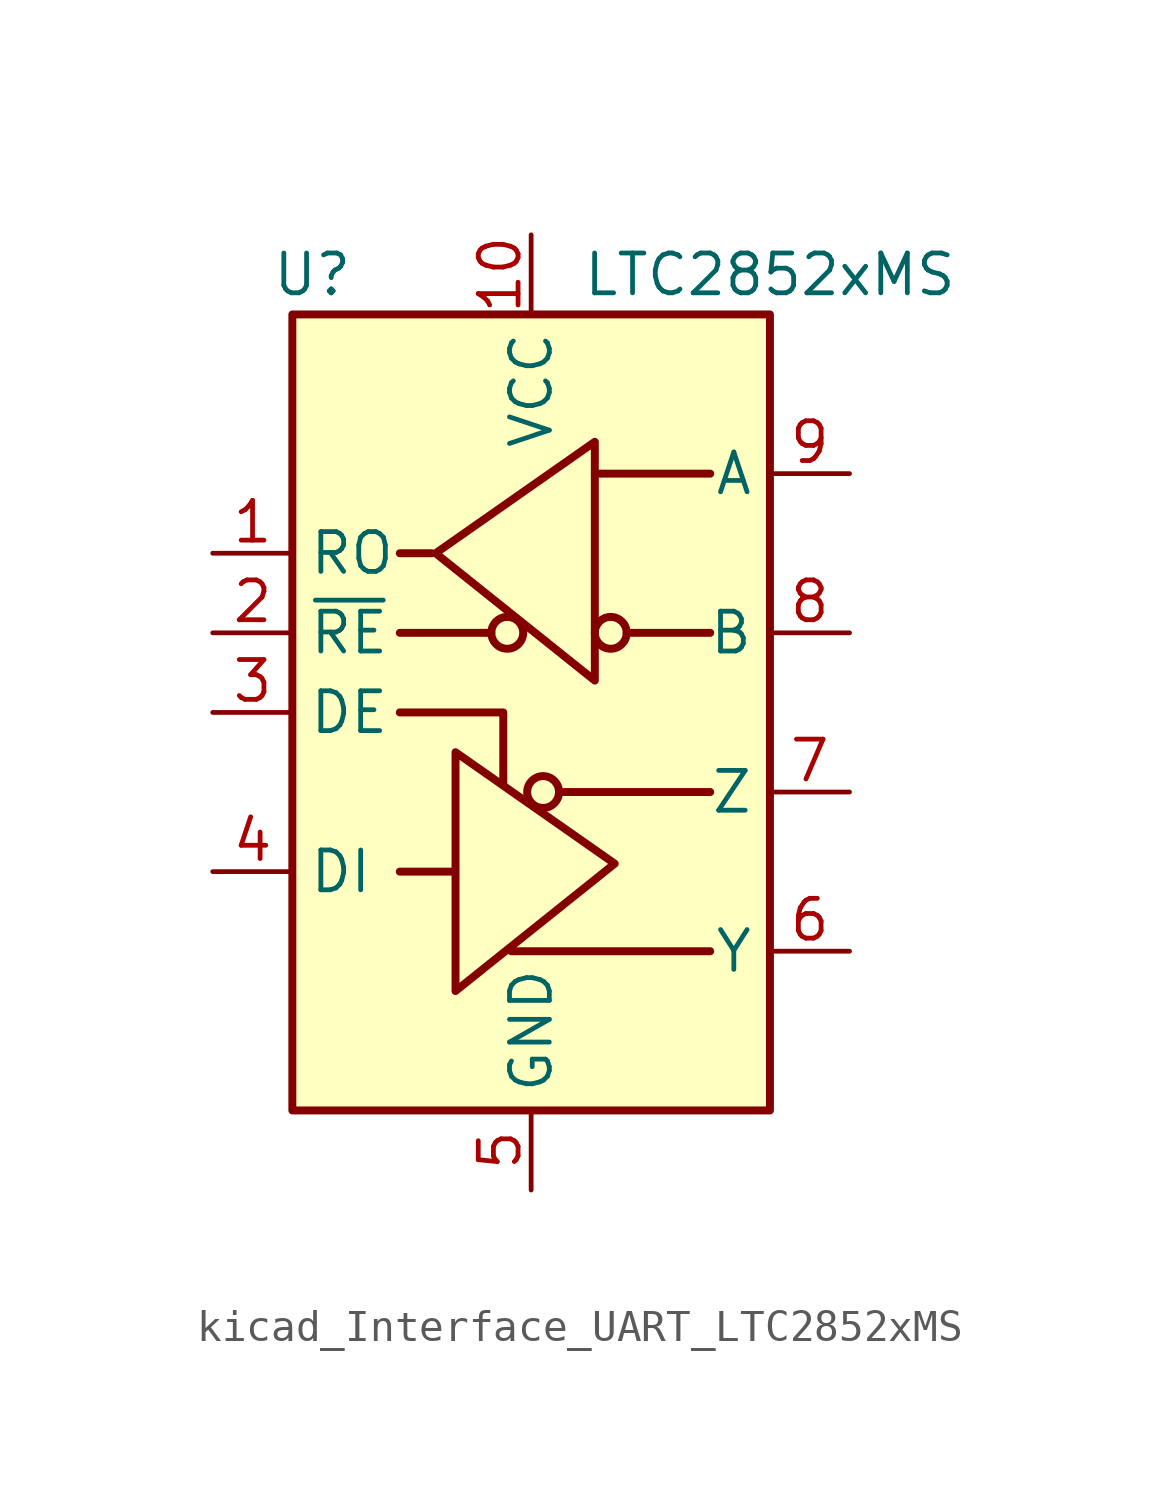
<source format=kicad_sym>
(kicad_symbol_lib
  (version 20220914)
  (generator kicad_symbol_editor)
  (symbol "kicad_Interface_UART_LTC2852xMS"
    (property "Reference" "U"
      (at -6.985 13.97 0)
      (effects (font (size 1.27 1.27))))
    (property "Value" "LTC2852xMS"
      (at 7.62 13.97 0)
      (effects (font (size 1.27 1.27))))
    (symbol "kicad_Interface_UART_LTC2852xMS_0_1"
      (rectangle (start -7.62 12.7) (end 7.62 -12.7) (stroke (width 0.254) (type default)) (fill (type background))))
    (symbol "kicad_Interface_UART_LTC2852xMS_1_1"
      (circle (center -0.762 2.54) (radius 0.508) (stroke (width 0.254) (type default)) (fill (type none)))
      (polyline (pts (xy -4.191 2.54) (xy -1.27 2.54)) (stroke (width 0.254) (type default)) (fill (type none)))
      (polyline (pts (xy -2.54 -5.08) (xy -4.191 -5.08)) (stroke (width 0.254) (type default)) (fill (type none)))
      (polyline (pts (xy -0.635 -7.62) (xy 5.715 -7.62)) (stroke (width 0.254) (type default)) (fill (type none)))
      (polyline (pts (xy 0.889 -2.54) (xy 5.715 -2.54)) (stroke (width 0.254) (type default)) (fill (type none)))
      (polyline (pts (xy 2.032 7.62) (xy 5.715 7.62)) (stroke (width 0.254) (type default)) (fill (type none)))
      (polyline (pts (xy 3.048 2.54) (xy 5.715 2.54)) (stroke (width 0.254) (type default)) (fill (type none)))
      (polyline (pts (xy -4.191 0) (xy -0.889 0) (xy -0.889 -2.286)) (stroke (width 0.254) (type default)) (fill (type none)))
      (polyline (pts (xy -3.175 5.08) (xy -4.191 5.08) (xy -4.064 5.08)) (stroke (width 0.254) (type default)) (fill (type none)))
      (polyline (pts (xy -2.413 -5.08) (xy -2.413 -1.27) (xy 2.667 -4.826) (xy -2.413 -8.89) (xy -2.413 -5.08)) (stroke (width 0.254) (type default)) (fill (type none)))
      (polyline (pts (xy 2.032 4.826) (xy 2.032 8.636) (xy -3.048 5.08) (xy 2.032 1.016) (xy 2.032 4.826)) (stroke (width 0.254) (type default)) (fill (type none)))
      (circle (center 0.381 -2.54) (radius 0.508) (stroke (width 0.254) (type default)) (fill (type none)))
      (circle (center 2.54 2.54) (radius 0.508) (stroke (width 0.254) (type default)) (fill (type none)))
      (pin output line (at -10.16 5.08 0) (length 2.54) (name "RO" (effects (font (size 1.27 1.27)))) (number "1" (effects (font (size 1.27 1.27)))))
      (pin power_in line (at 0 15.24 270) (length 2.54) (name "VCC" (effects (font (size 1.27 1.27)))) (number "10" (effects (font (size 1.27 1.27)))))
      (pin input line (at -10.16 2.54 0) (length 2.54) (name "~{RE}" (effects (font (size 1.27 1.27)))) (number "2" (effects (font (size 1.27 1.27)))))
      (pin input line (at -10.16 0 0) (length 2.54) (name "DE" (effects (font (size 1.27 1.27)))) (number "3" (effects (font (size 1.27 1.27)))))
      (pin input line (at -10.16 -5.08 0) (length 2.54) (name "DI" (effects (font (size 1.27 1.27)))) (number "4" (effects (font (size 1.27 1.27)))))
      (pin power_in line (at 0 -15.24 90) (length 2.54) (name "GND" (effects (font (size 1.27 1.27)))) (number "5" (effects (font (size 1.27 1.27)))))
      (pin output line (at 10.16 -7.62 180) (length 2.54) (name "Y" (effects (font (size 1.27 1.27)))) (number "6" (effects (font (size 1.27 1.27)))))
      (pin output line (at 10.16 -2.54 180) (length 2.54) (name "Z" (effects (font (size 1.27 1.27)))) (number "7" (effects (font (size 1.27 1.27)))))
      (pin input line (at 10.16 2.54 180) (length 2.54) (name "B" (effects (font (size 1.27 1.27)))) (number "8" (effects (font (size 1.27 1.27)))))
      (pin input line (at 10.16 7.62 180) (length 2.54) (name "A" (effects (font (size 1.27 1.27)))) (number "9" (effects (font (size 1.27 1.27))))))))
</source>
